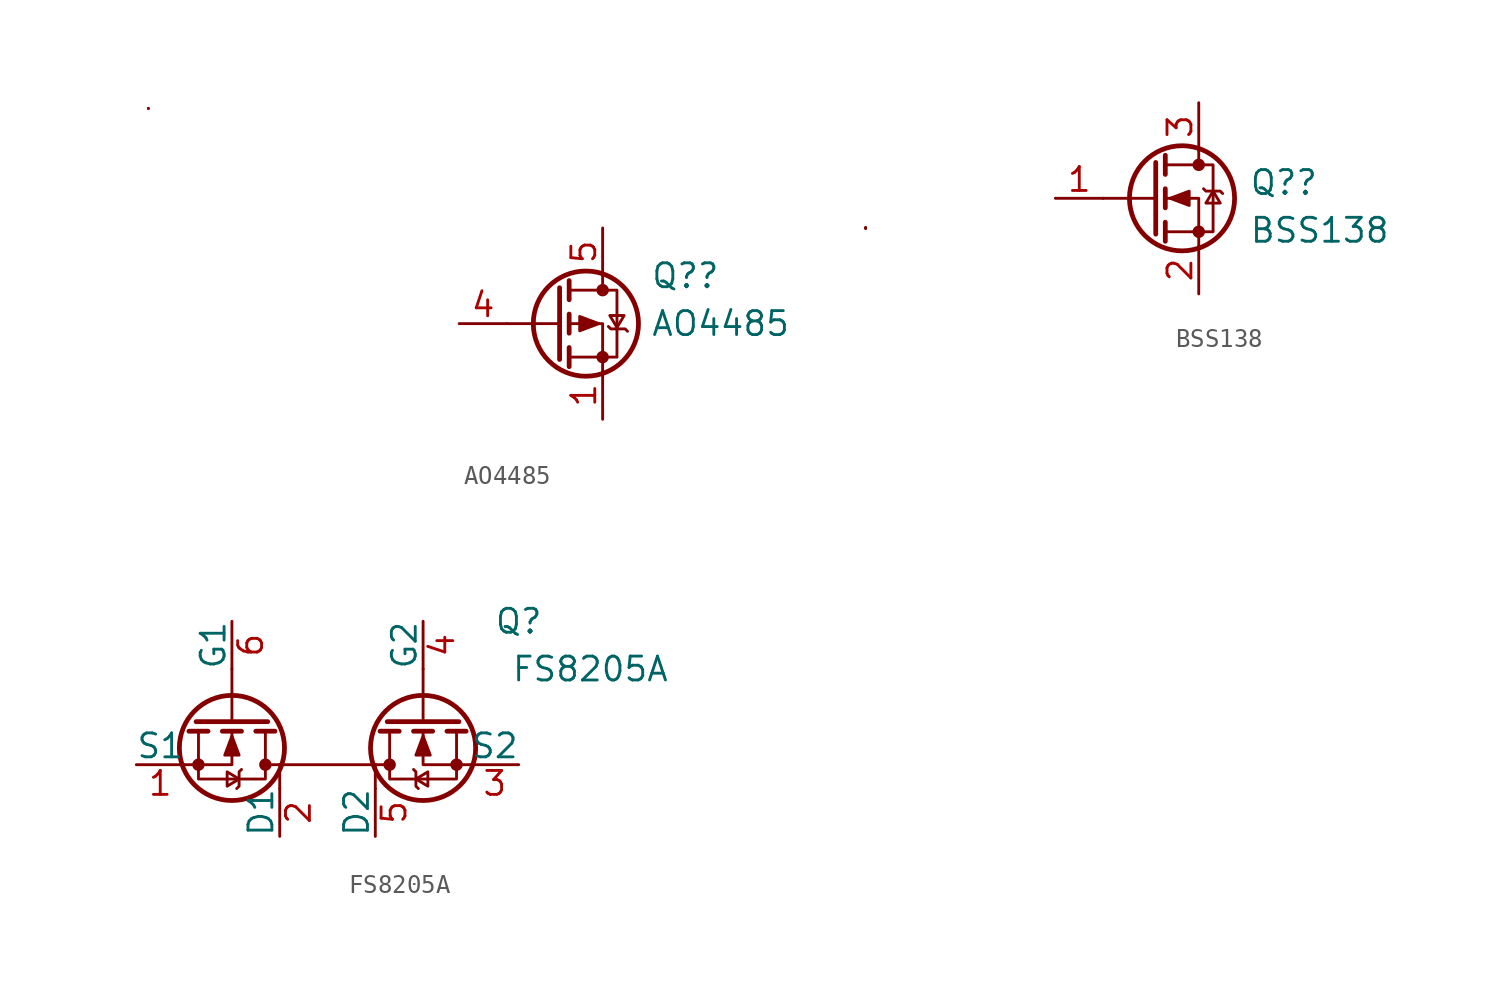
<source format=kicad_sym>
(kicad_symbol_lib
  (version 20231120)
  (generator "kicad_symbol_editor")
  (generator_version "8.0")
  (symbol "AO4485"
    (pin_names hide)
    (property "Reference" "Q?"
      (at 5.08 2.54 0)
      (effects (font (size 1.27 1.27)) (justify left)))
    (property "Value" "AO4485"
      (at 5.08 0 0)
      (effects (font (size 1.27 1.27)) (justify left)))
    (symbol "AO4485_0_0"
      (polyline (pts (xy -21.59 11.43) (xy -21.59 11.43)) (stroke (width 0.152) (type default)) (fill (type none)))
      (polyline (pts (xy -21.59 11.43) (xy -21.59 11.43)) (stroke (width 0.152) (type default)) (fill (type none)))
      (polyline (pts (xy 16.51 5.08) (xy 16.51 5.08)) (stroke (width 0.152) (type default)) (fill (type none)))
      (polyline (pts (xy 16.51 5.08) (xy 16.51 5.08)) (stroke (width 0.152) (type default)) (fill (type none)))
      (polyline (pts (xy 16.51 5.08) (xy 16.51 5.08)) (stroke (width 0.152) (type default)) (fill (type none)))
      (polyline (pts (xy 16.51 5.08) (xy 16.51 5.08)) (stroke (width 0.152) (type default)) (fill (type none)))
      (polyline (pts (xy 16.51 5.08) (xy 16.51 5.08)) (stroke (width 0.152) (type default)) (fill (type none)))
      (polyline (pts (xy 16.51 5.08) (xy 16.51 5.08)) (stroke (width 0.152) (type default)) (fill (type none)))
      (polyline (pts (xy 16.51 5.08) (xy 16.51 5.08)) (stroke (width 0.152) (type default)) (fill (type none)))
      (polyline (pts (xy 16.51 5.08) (xy 16.51 5.08)) (stroke (width 0.152) (type default)) (fill (type none)))
      (polyline (pts (xy 16.51 5.08) (xy 16.51 5.08)) (stroke (width 0.152) (type default)) (fill (type none)))
      (arc (start 16.51 5.08) (mid 16.51 5.08) (end 16.51 5.08) (stroke (width 0.1524) (type default)) (fill (type none))))
    (symbol "AO4485_0_1"
      (polyline (pts (xy 0.254 0) (xy -2.54 0)) (stroke (width 0) (type default)) (fill (type none)))
      (polyline (pts (xy 0.254 1.905) (xy 0.254 -1.905)) (stroke (width 0.254) (type default)) (fill (type none)))
      (polyline (pts (xy 0.762 -1.27) (xy 0.762 -2.286)) (stroke (width 0.254) (type default)) (fill (type none)))
      (polyline (pts (xy 0.762 0.508) (xy 0.762 -0.508)) (stroke (width 0.254) (type default)) (fill (type none)))
      (polyline (pts (xy 0.762 2.286) (xy 0.762 1.27)) (stroke (width 0.254) (type default)) (fill (type none)))
      (polyline (pts (xy 2.54 2.54) (xy 2.54 1.778)) (stroke (width 0) (type default)) (fill (type none)))
      (polyline (pts (xy 2.54 -2.54) (xy 2.54 0) (xy 0.762 0)) (stroke (width 0) (type default)) (fill (type none)))
      (polyline (pts (xy 0.762 -1.778) (xy 3.302 -1.778) (xy 3.302 1.778) (xy 0.762 1.778)) (stroke (width 0) (type default)) (fill (type none)))
      (polyline (pts (xy 2.337 0) (xy 1.321 -0.381) (xy 1.321 0.381) (xy 2.337 0)) (stroke (width 0) (type default)) (fill (type outline)))
      (polyline (pts (xy 2.845 -0.152) (xy 2.972 -0.279) (xy 3.734 -0.279) (xy 3.861 -0.406)) (stroke (width 0) (type default)) (fill (type none)))
      (polyline (pts (xy 3.302 -0.203) (xy 3.683 0.432) (xy 2.921 0.432) (xy 3.302 -0.203)) (stroke (width 0) (type default)) (fill (type none)))
      (circle (center 1.651 0) (radius 2.794) (stroke (width 0.254) (type default)) (fill (type none)))
      (circle (center 2.54 -1.778) (radius 0.254) (stroke (width 0) (type default)) (fill (type outline)))
      (circle (center 2.54 1.778) (radius 0.254) (stroke (width 0) (type default)) (fill (type outline))))
    (symbol "AO4485_1_1"
      (pin passive line (at 2.54 -5.08 90) (length 2.54) (name "S" (effects (font (size 1.27 1.27)))) (number "1" (effects (font (size 1.27 1.27)))))
      (pin passive line (at 2.54 -5.08 90) (length 2.54) hide (name "S" (effects (font (size 1.27 1.27)))) (number "2" (effects (font (size 1.27 1.27)))))
      (pin passive line (at 2.54 -5.08 90) (length 2.54) hide (name "S" (effects (font (size 1.27 1.27)))) (number "3" (effects (font (size 1.27 1.27)))))
      (pin input line (at -5.08 0 0) (length 2.54) (name "G" (effects (font (size 1.27 1.27)))) (number "4" (effects (font (size 1.27 1.27)))))
      (pin passive line (at 2.54 5.08 270) (length 2.54) (name "D" (effects (font (size 1.27 1.27)))) (number "5" (effects (font (size 1.27 1.27)))))
      (pin passive line (at 2.54 5.08 270) (length 2.54) hide (name "D" (effects (font (size 1.27 1.27)))) (number "6" (effects (font (size 1.27 1.27)))))
      (pin passive line (at 2.54 5.08 270) (length 2.54) hide (name "D" (effects (font (size 1.27 1.27)))) (number "7" (effects (font (size 1.27 1.27)))))
      (pin passive line (at 2.54 5.08 270) (length 2.54) hide (name "D" (effects (font (size 1.27 1.27)))) (number "8" (effects (font (size 1.27 1.27)))))
      (pin passive line (at 2.54 5.08 270) (length 2.54) hide (name "D" (effects (font (size 1.27 1.27)))) (number "9" (effects (font (size 1.27 1.27)))))))
  (symbol "BSS138"
    (pin_names hide)
    (property "Reference" "Q?"
      (at 5.207 0.835 0)
      (effects (font (size 1.27 1.27)) (justify left)))
    (property "Value" "BSS138"
      (at 5.207 -1.702 0)
      (effects (font (size 1.27 1.27)) (justify left)))
    (symbol "BSS138_0_1"
      (polyline (pts (xy 0.254 0) (xy -2.54 0)) (stroke (width 0) (type default)) (fill (type none)))
      (polyline (pts (xy 0.254 1.905) (xy 0.254 -1.905)) (stroke (width 0.254) (type default)) (fill (type none)))
      (polyline (pts (xy 0.762 -1.27) (xy 0.762 -2.286)) (stroke (width 0.254) (type default)) (fill (type none)))
      (polyline (pts (xy 0.762 0.508) (xy 0.762 -0.508)) (stroke (width 0.254) (type default)) (fill (type none)))
      (polyline (pts (xy 0.762 2.286) (xy 0.762 1.27)) (stroke (width 0.254) (type default)) (fill (type none)))
      (polyline (pts (xy 2.54 2.54) (xy 2.54 1.778)) (stroke (width 0) (type default)) (fill (type none)))
      (polyline (pts (xy 2.54 -2.54) (xy 2.54 0) (xy 0.762 0)) (stroke (width 0) (type default)) (fill (type none)))
      (polyline (pts (xy 0.762 -1.778) (xy 3.302 -1.778) (xy 3.302 1.778) (xy 0.762 1.778)) (stroke (width 0) (type default)) (fill (type none)))
      (polyline (pts (xy 1.016 0) (xy 2.032 0.381) (xy 2.032 -0.381) (xy 1.016 0)) (stroke (width 0) (type default)) (fill (type outline)))
      (polyline (pts (xy 2.794 0.508) (xy 2.921 0.381) (xy 3.683 0.381) (xy 3.81 0.254)) (stroke (width 0) (type default)) (fill (type none)))
      (polyline (pts (xy 3.302 0.381) (xy 2.921 -0.254) (xy 3.683 -0.254) (xy 3.302 0.381)) (stroke (width 0) (type default)) (fill (type none)))
      (circle (center 1.651 0) (radius 2.794) (stroke (width 0.254) (type default)) (fill (type none)))
      (circle (center 2.54 -1.778) (radius 0.254) (stroke (width 0) (type default)) (fill (type outline)))
      (circle (center 2.54 1.778) (radius 0.254) (stroke (width 0) (type default)) (fill (type outline))))
    (symbol "BSS138_1_1"
      (pin input line (at -5.08 0 0) (length 2.54) (name "G" (effects (font (size 1.27 1.27)))) (number "1" (effects (font (size 1.27 1.27)))))
      (pin passive line (at 2.54 -5.08 90) (length 2.54) (name "S" (effects (font (size 1.27 1.27)))) (number "2" (effects (font (size 1.27 1.27)))))
      (pin passive line (at 2.54 5.08 270) (length 2.54) (name "D" (effects (font (size 1.27 1.27)))) (number "3" (effects (font (size 1.27 1.27)))))))
  (symbol "FS8205A"
    (pin_names
      (offset 0))
    (property "Reference" "Q"
      (at 10.16 5.08 0)
      (effects (font (size 1.27 1.27))))
    (property "Value" "FS8205A"
      (at 13.97 2.54 0)
      (effects (font (size 1.27 1.27))))
    (symbol "FS8205A_0_1"
      (circle (center -6.858 -2.54) (radius 0.254) (stroke (width 0) (type default)) (fill (type outline)))
      (circle (center -5.08 -1.651) (radius 2.794) (stroke (width 0.254) (type default)) (fill (type none)))
      (circle (center -3.302 -2.54) (radius 0.254) (stroke (width 0) (type default)) (fill (type outline)))
      (polyline (pts (xy -6.35 -0.762) (xy -7.366 -0.762)) (stroke (width 0.254) (type default)) (fill (type none)))
      (polyline (pts (xy -5.08 -0.254) (xy -5.08 2.54)) (stroke (width 0) (type default)) (fill (type none)))
      (polyline (pts (xy -4.572 -0.762) (xy -5.588 -0.762)) (stroke (width 0.254) (type default)) (fill (type none)))
      (polyline (pts (xy -3.175 -0.254) (xy -6.985 -0.254)) (stroke (width 0.254) (type default)) (fill (type none)))
      (polyline (pts (xy -2.794 -0.762) (xy -3.81 -0.762)) (stroke (width 0.254) (type default)) (fill (type none)))
      (polyline (pts (xy -2.54 -3.81) (xy -2.54 -2.54)) (stroke (width 0) (type default)) (fill (type none)))
      (polyline (pts (xy -2.54 -2.54) (xy -3.302 -2.54)) (stroke (width 0) (type default)) (fill (type none)))
      (polyline (pts (xy 2.54 -3.81) (xy 2.54 -2.54)) (stroke (width 0) (type default)) (fill (type none)))
      (polyline (pts (xy 2.54 -2.54) (xy -2.54 -2.54)) (stroke (width 0) (type default)) (fill (type none)))
      (polyline (pts (xy 2.54 -2.54) (xy 3.302 -2.54)) (stroke (width 0) (type default)) (fill (type none)))
      (polyline (pts (xy 2.794 -0.762) (xy 3.81 -0.762)) (stroke (width 0.254) (type default)) (fill (type none)))
      (polyline (pts (xy 3.175 -0.254) (xy 6.985 -0.254)) (stroke (width 0.254) (type default)) (fill (type none)))
      (polyline (pts (xy 4.572 -0.762) (xy 5.588 -0.762)) (stroke (width 0.254) (type default)) (fill (type none)))
      (polyline (pts (xy 5.08 -0.254) (xy 5.08 2.54)) (stroke (width 0) (type default)) (fill (type none)))
      (polyline (pts (xy 6.35 -0.762) (xy 7.366 -0.762)) (stroke (width 0.254) (type default)) (fill (type none)))
      (polyline (pts (xy -7.62 -2.54) (xy -5.08 -2.54) (xy -5.08 -0.762)) (stroke (width 0) (type default)) (fill (type none)))
      (polyline (pts (xy 7.62 -2.54) (xy 5.08 -2.54) (xy 5.08 -0.762)) (stroke (width 0) (type default)) (fill (type none)))
      (polyline (pts (xy -6.858 -0.762) (xy -6.858 -3.302) (xy -3.302 -3.302) (xy -3.302 -0.762)) (stroke (width 0) (type default)) (fill (type none)))
      (polyline (pts (xy -5.08 -1.016) (xy -4.699 -2.032) (xy -5.461 -2.032) (xy -5.08 -1.016)) (stroke (width 0) (type default)) (fill (type outline)))
      (polyline (pts (xy -4.699 -3.302) (xy -5.334 -2.921) (xy -5.334 -3.683) (xy -4.699 -3.302)) (stroke (width 0) (type default)) (fill (type none)))
      (polyline (pts (xy -4.572 -2.794) (xy -4.699 -2.921) (xy -4.699 -3.683) (xy -4.826 -3.81)) (stroke (width 0) (type default)) (fill (type none)))
      (polyline (pts (xy 4.572 -2.794) (xy 4.699 -2.921) (xy 4.699 -3.683) (xy 4.826 -3.81)) (stroke (width 0) (type default)) (fill (type none)))
      (polyline (pts (xy 4.699 -3.302) (xy 5.334 -2.921) (xy 5.334 -3.683) (xy 4.699 -3.302)) (stroke (width 0) (type default)) (fill (type none)))
      (polyline (pts (xy 5.08 -1.016) (xy 4.699 -2.032) (xy 5.461 -2.032) (xy 5.08 -1.016)) (stroke (width 0) (type default)) (fill (type outline)))
      (polyline (pts (xy 6.858 -0.762) (xy 6.858 -3.302) (xy 3.302 -3.302) (xy 3.302 -0.762)) (stroke (width 0) (type default)) (fill (type none)))
      (circle (center 3.302 -2.54) (radius 0.254) (stroke (width 0) (type default)) (fill (type outline)))
      (circle (center 5.08 -1.651) (radius 2.794) (stroke (width 0.254) (type default)) (fill (type none)))
      (circle (center 6.858 -2.54) (radius 0.254) (stroke (width 0) (type default)) (fill (type outline))))
    (symbol "FS8205A_1_1"
      (pin passive line (at -10.16 -2.54 0) (length 2.54) (name "S1" (effects (font (size 1.27 1.27)))) (number "1" (effects (font (size 1.27 1.27)))))
      (pin passive line (at -2.54 -6.35 90) (length 2.54) (name "D1" (effects (font (size 1.27 1.27)))) (number "2" (effects (font (size 1.27 1.27)))))
      (pin passive line (at 10.16 -2.54 180) (length 2.54) (name "S2" (effects (font (size 1.27 1.27)))) (number "3" (effects (font (size 1.27 1.27)))))
      (pin input line (at 5.08 5.08 270) (length 2.54) (name "G2" (effects (font (size 1.27 1.27)))) (number "4" (effects (font (size 1.27 1.27)))))
      (pin passive line (at 2.54 -6.35 90) (length 2.54) (name "D2" (effects (font (size 1.27 1.27)))) (number "5" (effects (font (size 1.27 1.27)))))
      (pin input line (at -5.08 5.08 270) (length 2.54) (name "G1" (effects (font (size 1.27 1.27)))) (number "6" (effects (font (size 1.27 1.27))))))))
</source>
